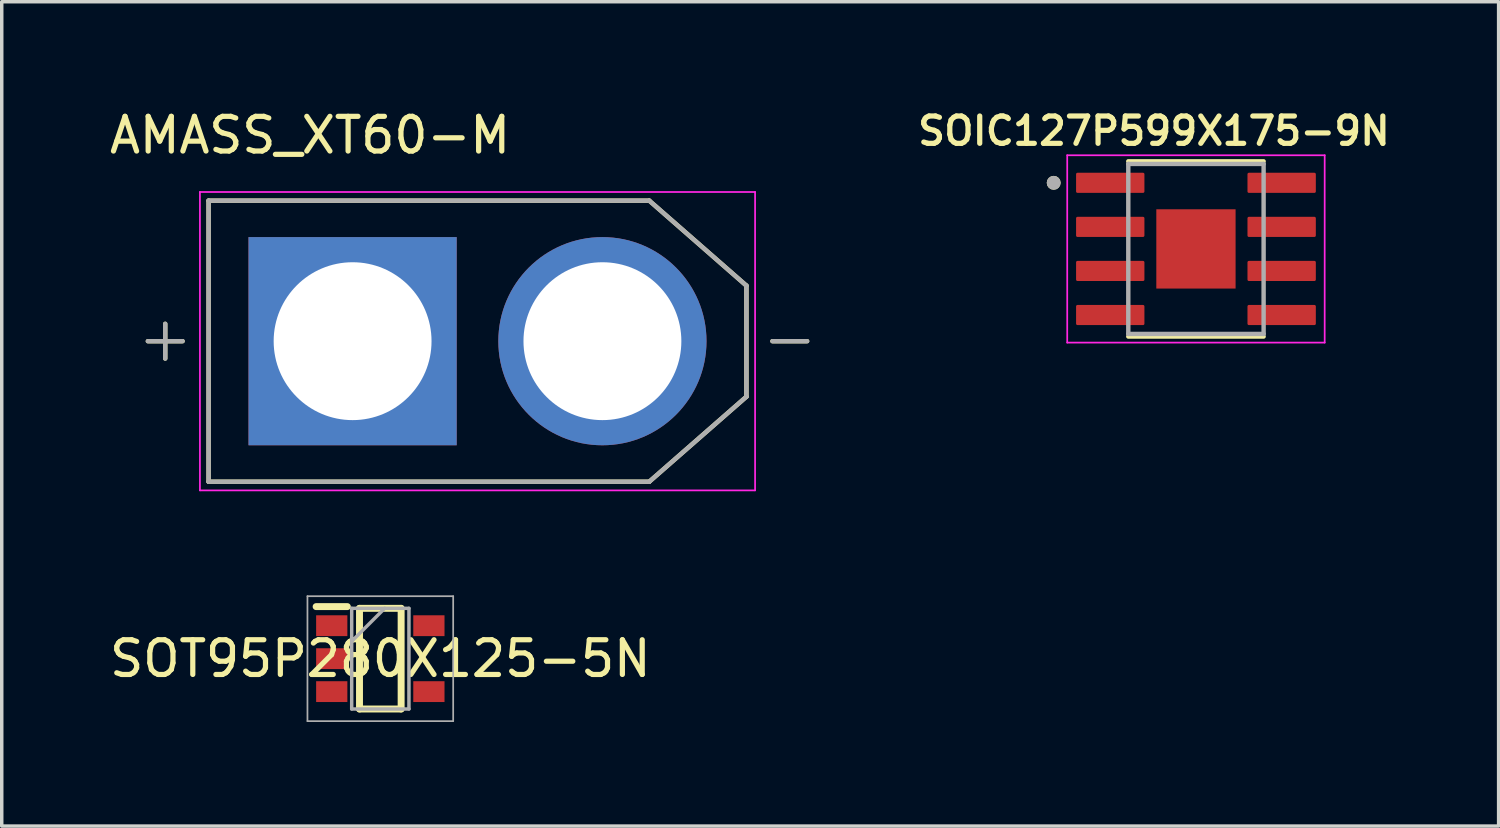
<source format=kicad_pcb>
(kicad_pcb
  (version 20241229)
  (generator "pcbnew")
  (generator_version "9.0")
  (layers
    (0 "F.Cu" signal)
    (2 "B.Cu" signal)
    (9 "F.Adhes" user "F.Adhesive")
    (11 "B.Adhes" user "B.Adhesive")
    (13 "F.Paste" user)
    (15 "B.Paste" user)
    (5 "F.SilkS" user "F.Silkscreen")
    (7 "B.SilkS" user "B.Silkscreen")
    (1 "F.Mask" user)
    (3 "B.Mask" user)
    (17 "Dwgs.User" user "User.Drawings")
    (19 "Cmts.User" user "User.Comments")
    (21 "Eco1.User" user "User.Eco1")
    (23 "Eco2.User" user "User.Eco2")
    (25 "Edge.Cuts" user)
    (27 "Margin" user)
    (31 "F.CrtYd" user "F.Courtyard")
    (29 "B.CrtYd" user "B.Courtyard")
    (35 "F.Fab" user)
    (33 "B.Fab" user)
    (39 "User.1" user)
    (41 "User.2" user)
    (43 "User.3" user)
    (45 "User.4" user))
  (footprint "AMASS_XT60-M"
    (layer "F.Cu")
    (at 10.712 6.783)
    (property "Reference" "AMASS_XT60-M" (at -4.825 -5.935 0) (layer "F.SilkS") (effects (font (size 1 1) (thickness 0.15))))
    (attr through_hole)
    (fp_line (start -9.5 0) (end -8.5 0) (stroke (width 0.127) (type solid)) (layer "F.SilkS"))
    (fp_line (start -9 -0.5) (end -9 0.5) (stroke (width 0.127) (type solid)) (layer "F.SilkS"))
    (fp_line (start -7.75 -4.05) (end 4.95 -4.05) (stroke (width 0.127) (type solid)) (layer "F.SilkS"))
    (fp_line (start -7.75 4.05) (end -7.75 -4.05) (stroke (width 0.127) (type solid)) (layer "F.SilkS"))
    (fp_line (start 4.95 -4.05) (end 7.75 -1.6) (stroke (width 0.127) (type solid)) (layer "F.SilkS"))
    (fp_line (start 4.95 4.05) (end -7.75 4.05) (stroke (width 0.127) (type solid)) (layer "F.SilkS"))
    (fp_line (start 7.75 -1.6) (end 7.75 1.6) (stroke (width 0.127) (type solid)) (layer "F.SilkS"))
    (fp_line (start 7.75 1.6) (end 4.95 4.05) (stroke (width 0.127) (type solid)) (layer "F.SilkS"))
    (fp_line (start 8.5 0) (end 9.5 0) (stroke (width 0.127) (type solid)) (layer "F.SilkS"))
    (fp_line (start -8 -4.3) (end -8 4.3) (stroke (width 0.05) (type solid)) (layer "F.CrtYd"))
    (fp_line (start -8 4.3) (end 8 4.3) (stroke (width 0.05) (type solid)) (layer "F.CrtYd"))
    (fp_line (start 8 -4.3) (end -8 -4.3) (stroke (width 0.05) (type solid)) (layer "F.CrtYd"))
    (fp_line (start 8 4.3) (end 8 -4.3) (stroke (width 0.05) (type solid)) (layer "F.CrtYd"))
    (fp_line (start -9.5 0) (end -8.5 0) (stroke (width 0.127) (type solid)) (layer "F.Fab"))
    (fp_line (start -9 -0.5) (end -9 0.5) (stroke (width 0.127) (type solid)) (layer "F.Fab"))
    (fp_line (start -7.75 -4.05) (end 4.95 -4.05) (stroke (width 0.127) (type solid)) (layer "F.Fab"))
    (fp_line (start -7.75 4.05) (end -7.75 -4.05) (stroke (width 0.127) (type solid)) (layer "F.Fab"))
    (fp_line (start 4.95 -4.05) (end 7.75 -1.6) (stroke (width 0.127) (type solid)) (layer "F.Fab"))
    (fp_line (start 4.95 4.05) (end -7.75 4.05) (stroke (width 0.127) (type solid)) (layer "F.Fab"))
    (fp_line (start 7.75 -1.6) (end 7.75 1.6) (stroke (width 0.127) (type solid)) (layer "F.Fab"))
    (fp_line (start 7.75 1.6) (end 4.95 4.05) (stroke (width 0.127) (type solid)) (layer "F.Fab"))
    (fp_line (start 8.5 0) (end 9.5 0) (stroke (width 0.127) (type solid)) (layer "F.Fab"))
    (pad "N" thru_hole circle (at 3.6 0) (size 6 6) (drill 4.55) (layers "*.Cu" "*.Mask"))
    (pad "P" thru_hole rect (at -3.6 0) (size 6 6) (drill 4.55) (layers "*.Cu" "*.Mask")))
  (footprint "SOT95P280X125-5N"
    (layer "F.Cu")
    (at 7.911 15.933)
    (property "Reference" "SOT95P280X125-5N" (at 0 0 0) (layer "F.SilkS") (effects (font (size 1 1) (thickness 0.15))))
    (attr through_hole)
    (fp_line (start -1.85 -1.5) (end -0.95 -1.5) (stroke (width 0.2) (type solid)) (layer "F.SilkS"))
    (fp_line (start -0.6 -1.45) (end 0.6 -1.45) (stroke (width 0.2) (type solid)) (layer "F.SilkS"))
    (fp_line (start -0.6 1.45) (end -0.6 -1.45) (stroke (width 0.2) (type solid)) (layer "F.SilkS"))
    (fp_line (start 0.6 -1.45) (end 0.6 1.45) (stroke (width 0.2) (type solid)) (layer "F.SilkS"))
    (fp_line (start 0.6 1.45) (end -0.6 1.45) (stroke (width 0.2) (type solid)) (layer "F.SilkS"))
    (fp_line (start -2.1 -1.8) (end 2.1 -1.8) (stroke (width 0.05) (type solid)) (layer "F.Fab"))
    (fp_line (start -2.1 1.8) (end -2.1 -1.8) (stroke (width 0.05) (type solid)) (layer "F.Fab"))
    (fp_line (start -0.825 -1.45) (end 0.825 -1.45) (stroke (width 0.1) (type solid)) (layer "F.Fab"))
    (fp_line (start -0.825 -0.5) (end 0.125 -1.45) (stroke (width 0.1) (type solid)) (layer "F.Fab"))
    (fp_line (start -0.825 1.45) (end -0.825 -1.45) (stroke (width 0.1) (type solid)) (layer "F.Fab"))
    (fp_line (start 0.825 -1.45) (end 0.825 1.45) (stroke (width 0.1) (type solid)) (layer "F.Fab"))
    (fp_line (start 0.825 1.45) (end -0.825 1.45) (stroke (width 0.1) (type solid)) (layer "F.Fab"))
    (fp_line (start 2.1 -1.8) (end 2.1 1.8) (stroke (width 0.05) (type solid)) (layer "F.Fab"))
    (fp_line (start 2.1 1.8) (end -2.1 1.8) (stroke (width 0.05) (type solid)) (layer "F.Fab"))
    (pad "1" smd rect (at -1.4 -0.95) (size 0.9 0.6) (layers "F.Cu" "F.Mask" "F.Paste"))
    (pad "2" smd rect (at -1.4 0) (size 0.9 0.6) (layers "F.Cu" "F.Mask" "F.Paste"))
    (pad "3" smd rect (at -1.4 0.95) (size 0.9 0.6) (layers "F.Cu" "F.Mask" "F.Paste"))
    (pad "4" smd rect (at 1.4 0.95) (size 0.9 0.6) (layers "F.Cu" "F.Mask" "F.Paste"))
    (pad "5" smd rect (at 1.4 -0.95) (size 0.9 0.6) (layers "F.Cu" "F.Mask" "F.Paste")))
  (footprint "SOIC127P599X175-9N"
    (layer "F.Cu")
    (at 31.418 4.124)
    (property "Reference" "SOIC127P599X175-9N" (at -1.21 -3.4 0) (layer "F.SilkS") (effects (font (size 0.787 0.787) (thickness 0.15))))
    (attr through_hole)
    (fp_line (start -1.95 -2.525) (end 1.95 -2.525) (stroke (width 0.127) (type solid)) (layer "F.SilkS"))
    (fp_line (start -1.95 2.525) (end 1.95 2.525) (stroke (width 0.127) (type solid)) (layer "F.SilkS"))
    (fp_circle (center -4.1 -1.905) (end -4 -1.905) (stroke (width 0.2) (type solid)) (fill no) (layer "F.SilkS"))
    (fp_poly (pts (xy -0.86 -0.86) (xy -0.14 -0.86) (xy -0.14 -0.14) (xy -0.86 -0.14)) (stroke (width 0.01) (type solid)) (fill yes) (layer "F.Paste"))
    (fp_poly (pts (xy -0.86 0.14) (xy -0.14 0.14) (xy -0.14 0.86) (xy -0.86 0.86)) (stroke (width 0.01) (type solid)) (fill yes) (layer "F.Paste"))
    (fp_poly (pts (xy 0.14 -0.86) (xy 0.86 -0.86) (xy 0.86 -0.14) (xy 0.14 -0.14)) (stroke (width 0.01) (type solid)) (fill yes) (layer "F.Paste"))
    (fp_poly (pts (xy 0.14 0.14) (xy 0.86 0.14) (xy 0.86 0.86) (xy 0.14 0.86)) (stroke (width 0.01) (type solid)) (fill yes) (layer "F.Paste"))
    (fp_line (start -3.71 -2.7) (end -3.71 2.7) (stroke (width 0.05) (type solid)) (layer "F.CrtYd"))
    (fp_line (start -3.71 -2.7) (end 3.71 -2.7) (stroke (width 0.05) (type solid)) (layer "F.CrtYd"))
    (fp_line (start -3.71 2.7) (end 3.71 2.7) (stroke (width 0.05) (type solid)) (layer "F.CrtYd"))
    (fp_line (start 3.71 -2.7) (end 3.71 2.7) (stroke (width 0.05) (type solid)) (layer "F.CrtYd"))
    (fp_line (start -1.95 -2.45) (end -1.95 2.45) (stroke (width 0.127) (type solid)) (layer "F.Fab"))
    (fp_line (start -1.95 -2.45) (end 1.95 -2.45) (stroke (width 0.127) (type solid)) (layer "F.Fab"))
    (fp_line (start -1.95 2.45) (end 1.95 2.45) (stroke (width 0.127) (type solid)) (layer "F.Fab"))
    (fp_line (start 1.95 -2.45) (end 1.95 2.45) (stroke (width 0.127) (type solid)) (layer "F.Fab"))
    (fp_circle (center -4.1 -1.905) (end -4 -1.905) (stroke (width 0.2) (type solid)) (fill no) (layer "F.Fab"))
    (pad "1" smd roundrect (at -2.47 -1.905) (size 1.97 0.58) (layers "F.Cu" "F.Mask" "F.Paste") (roundrect_rratio 0.07))
    (pad "2" smd roundrect (at -2.47 -0.635) (size 1.97 0.58) (layers "F.Cu" "F.Mask" "F.Paste") (roundrect_rratio 0.07))
    (pad "3" smd roundrect (at -2.47 0.635) (size 1.97 0.58) (layers "F.Cu" "F.Mask" "F.Paste") (roundrect_rratio 0.07))
    (pad "4" smd roundrect (at -2.47 1.905) (size 1.97 0.58) (layers "F.Cu" "F.Mask" "F.Paste") (roundrect_rratio 0.07))
    (pad "5" smd roundrect (at 2.47 1.905) (size 1.97 0.58) (layers "F.Cu" "F.Mask" "F.Paste") (roundrect_rratio 0.07))
    (pad "6" smd roundrect (at 2.47 0.635) (size 1.97 0.58) (layers "F.Cu" "F.Mask" "F.Paste") (roundrect_rratio 0.07))
    (pad "7" smd roundrect (at 2.47 -0.635) (size 1.97 0.58) (layers "F.Cu" "F.Mask" "F.Paste") (roundrect_rratio 0.07))
    (pad "8" smd roundrect (at 2.47 -1.905) (size 1.97 0.58) (layers "F.Cu" "F.Mask" "F.Paste") (roundrect_rratio 0.07))
    (pad "9" smd rect (at 0 0) (size 2.285 2.285) (layers "F.Cu" "F.Mask")))
  (gr_rect
    (start -3 -3)
    (end 40.141 20.758)
    (stroke (width 0.1) (type default))
    (fill no)
    (layer "Edge.Cuts")))
</source>
